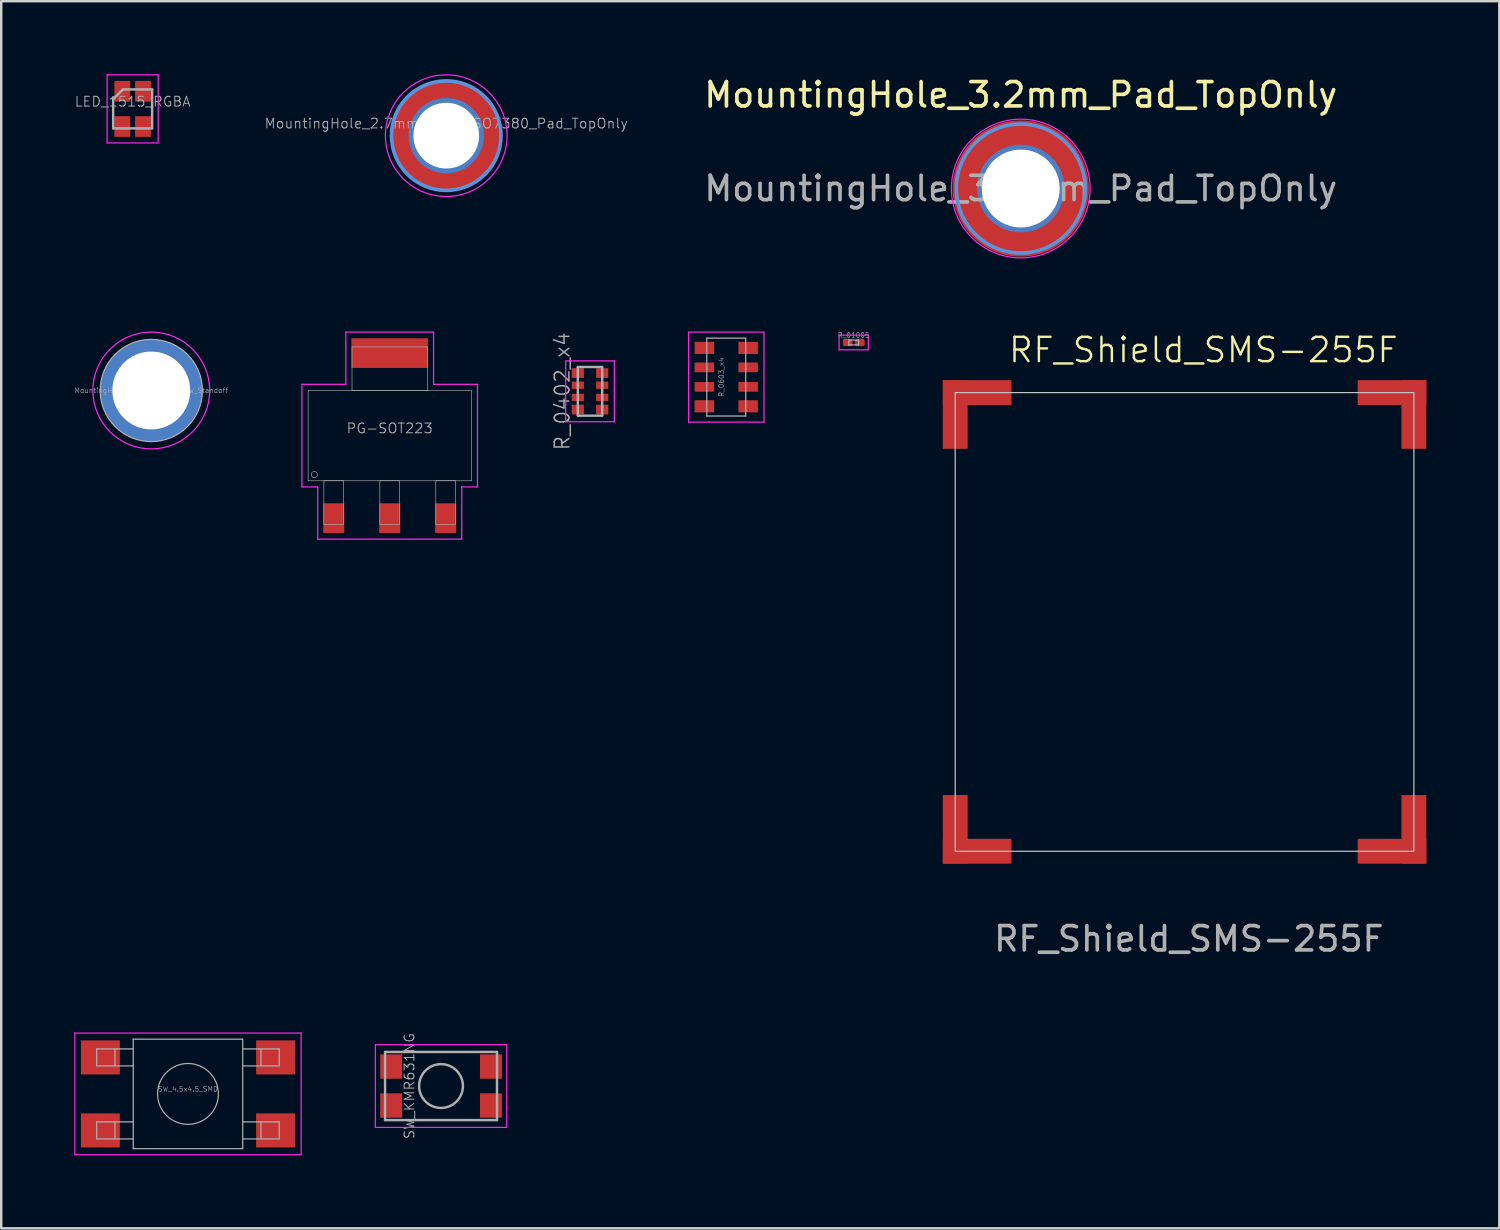
<source format=kicad_pcb>
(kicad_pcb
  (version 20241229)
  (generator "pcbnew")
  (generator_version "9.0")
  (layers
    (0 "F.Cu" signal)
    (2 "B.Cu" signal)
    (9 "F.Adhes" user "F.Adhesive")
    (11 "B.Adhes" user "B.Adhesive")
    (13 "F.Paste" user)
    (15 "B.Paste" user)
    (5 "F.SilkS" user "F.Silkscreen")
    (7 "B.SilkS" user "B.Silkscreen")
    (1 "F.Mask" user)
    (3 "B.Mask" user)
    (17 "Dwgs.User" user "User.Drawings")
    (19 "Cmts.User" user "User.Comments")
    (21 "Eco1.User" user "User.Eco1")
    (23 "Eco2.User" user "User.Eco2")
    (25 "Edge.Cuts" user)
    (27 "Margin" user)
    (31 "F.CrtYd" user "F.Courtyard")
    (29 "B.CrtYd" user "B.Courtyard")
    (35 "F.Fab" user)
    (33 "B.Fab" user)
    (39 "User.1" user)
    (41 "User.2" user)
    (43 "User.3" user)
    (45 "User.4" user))
  (footprint "MountingHole_M3_Minimal_Screw_Standoff"
    (layer "F.Cu")
    (at 3.167 12.998)
    (property "Reference" "MountingHole_M3_Minimal_Screw_Standoff" (at 0 0 0) (unlocked yes) (layer "F.Fab") (effects (font (size 0.2 0.2) (thickness 0.02))))
    (attr exclude_from_pos_files exclude_from_bom)
    (fp_circle (center 0 0) (end 2.4 0) (stroke (width 0.05) (type solid)) (fill no) (layer "F.CrtYd"))
    (fp_circle (center 0 0) (end 2.1 0) (stroke (width 0.05) (type solid)) (fill no) (layer "F.Fab"))
    (pad "1" thru_hole circle (at 0 0) (size 4.2 4.2) (drill 3.2) (layers "*.Cu" "*.Mask")))
  (footprint "R_0402_x4"
    (layer "F.Cu")
    (at 21.197 13.032)
    (property "Reference" "R_0402_x4" (at -1.143 0 90) (layer "F.Fab") (effects (font (size 0.6 0.6) (thickness 0.06))))
    (attr smd)
    (fp_line (start -1 -1.25) (end -1 1.25) (stroke (width 0.05) (type solid)) (layer "F.CrtYd"))
    (fp_line (start -1 -1.25) (end 1 -1.25) (stroke (width 0.05) (type solid)) (layer "F.CrtYd"))
    (fp_line (start 1 1.25) (end -1 1.25) (stroke (width 0.05) (type solid)) (layer "F.CrtYd"))
    (fp_line (start 1 1.25) (end 1 -1.25) (stroke (width 0.05) (type solid)) (layer "F.CrtYd"))
    (fp_line (start -0.5 -1) (end 0.5 -1) (stroke (width 0.1) (type solid)) (layer "F.Fab"))
    (fp_line (start -0.5 1) (end -0.5 -1) (stroke (width 0.1) (type solid)) (layer "F.Fab"))
    (fp_line (start 0.5 -1) (end 0.5 1) (stroke (width 0.1) (type solid)) (layer "F.Fab"))
    (fp_line (start 0.5 1) (end -0.5 1) (stroke (width 0.1) (type solid)) (layer "F.Fab"))
    (pad "1" smd rect (at -0.5 -0.75) (size 0.5 0.4) (layers "F.Cu" "F.Mask" "F.Paste"))
    (pad "2" smd rect (at -0.5 -0.25) (size 0.5 0.3) (layers "F.Cu" "F.Mask" "F.Paste"))
    (pad "3" smd rect (at -0.5 0.25) (size 0.5 0.3) (layers "F.Cu" "F.Mask" "F.Paste"))
    (pad "4" smd rect (at -0.5 0.75) (size 0.5 0.4) (layers "F.Cu" "F.Mask" "F.Paste"))
    (pad "5" smd rect (at 0.5 0.75) (size 0.5 0.4) (layers "F.Cu" "F.Mask" "F.Paste"))
    (pad "6" smd rect (at 0.5 0.25) (size 0.5 0.3) (layers "F.Cu" "F.Mask" "F.Paste"))
    (pad "7" smd rect (at 0.5 -0.25) (size 0.5 0.3) (layers "F.Cu" "F.Mask" "F.Paste"))
    (pad "8" smd rect (at 0.5 -0.75) (size 0.5 0.4) (layers "F.Cu" "F.Mask" "F.Paste")))
  (footprint "RF_Shield_SMS-255F"
    (layer "F.Cu")
    (at 36.207 31.934)
    (property "Reference" "RF_Shield_SMS-255F" (at 10.2 -20.6 0) (unlocked yes) (layer "F.SilkS") (effects (font (size 1 1) (thickness 0.1))))
    (attr through_hole)
    (fp_rect (start 0 -18.85) (end 18.85 0) (stroke (width 0.05) (type solid)) (fill no) (layer "Dwgs.User"))
    (fp_text user "${REFERENCE}" (at 9.6 3.6 0) (unlocked yes) (layer "F.Fab") (effects (font (size 1 1) (thickness 0.15))))
    (pad "1" smd rect (at 0 -17.95) (size 1.02 2.82) (layers "F.Cu" "F.Mask" "F.Paste"))
    (pad "1" smd rect (at 0 -0.9) (size 1.02 2.82) (layers "F.Cu" "F.Mask" "F.Paste"))
    (pad "1" smd rect (at 0.9 -18.85 270) (size 1.02 2.82) (layers "F.Cu" "F.Mask" "F.Paste"))
    (pad "1" smd rect (at 0.9 0 90) (size 1.02 2.82) (layers "F.Cu" "F.Mask" "F.Paste"))
    (pad "1" smd rect (at 17.95 -18.85 270) (size 1.02 2.82) (layers "F.Cu" "F.Mask" "F.Paste"))
    (pad "1" smd rect (at 17.95 0 90) (size 1.02 2.82) (layers "F.Cu" "F.Mask" "F.Paste"))
    (pad "1" smd rect (at 18.85 -17.95) (size 1.02 2.82) (layers "F.Cu" "F.Mask" "F.Paste"))
    (pad "1" smd rect (at 18.85 -0.9) (size 1.02 2.82) (layers "F.Cu" "F.Mask" "F.Paste")))
  (footprint "PG-SOT223"
    (layer "F.Cu")
    (at 12.966 14.853)
    (property "Reference" "PG-SOT223" (at 0 -0.3 0) (unlocked yes) (layer "F.Fab") (effects (font (size 0.4 0.4) (thickness 0.04))))
    (attr smd)
    (fp_line (start -3.607 -2.108) (end -1.803 -2.108) (stroke (width 0.05) (type solid)) (layer "F.CrtYd"))
    (fp_line (start -3.607 2.108) (end -3.607 -2.108) (stroke (width 0.05) (type solid)) (layer "F.CrtYd"))
    (fp_line (start -2.96 2.108) (end -3.607 2.108) (stroke (width 0.05) (type solid)) (layer "F.CrtYd"))
    (fp_line (start -2.96 4.255) (end -2.96 2.108) (stroke (width 0.05) (type solid)) (layer "F.CrtYd"))
    (fp_line (start -1.803 -4.255) (end 1.803 -4.255) (stroke (width 0.05) (type solid)) (layer "F.CrtYd"))
    (fp_line (start -1.803 -2.108) (end -1.803 -4.255) (stroke (width 0.05) (type solid)) (layer "F.CrtYd"))
    (fp_line (start 1.803 -4.255) (end 1.803 -2.108) (stroke (width 0.05) (type solid)) (layer "F.CrtYd"))
    (fp_line (start 1.803 -2.108) (end 3.607 -2.108) (stroke (width 0.05) (type solid)) (layer "F.CrtYd"))
    (fp_line (start 2.96 2.108) (end 2.96 4.255) (stroke (width 0.05) (type solid)) (layer "F.CrtYd"))
    (fp_line (start 2.96 4.255) (end -2.96 4.255) (stroke (width 0.05) (type solid)) (layer "F.CrtYd"))
    (fp_line (start 3.607 -2.108) (end 3.607 2.108) (stroke (width 0.05) (type solid)) (layer "F.CrtYd"))
    (fp_line (start 3.607 2.108) (end 2.96 2.108) (stroke (width 0.05) (type solid)) (layer "F.CrtYd"))
    (fp_line (start -3.353 -1.854) (end -3.353 1.854) (stroke (width 0.025) (type solid)) (layer "F.Fab"))
    (fp_line (start -3.353 1.854) (end 3.353 1.854) (stroke (width 0.025) (type solid)) (layer "F.Fab"))
    (fp_line (start -2.706 1.854) (end -2.706 3.645) (stroke (width 0.025) (type solid)) (layer "F.Fab"))
    (fp_line (start -2.706 3.645) (end -1.894 3.645) (stroke (width 0.025) (type solid)) (layer "F.Fab"))
    (fp_line (start -1.894 1.854) (end -2.706 1.854) (stroke (width 0.025) (type solid)) (layer "F.Fab"))
    (fp_line (start -1.894 3.645) (end -1.894 1.854) (stroke (width 0.025) (type solid)) (layer "F.Fab"))
    (fp_line (start -1.549 -3.645) (end -1.549 -1.854) (stroke (width 0.025) (type solid)) (layer "F.Fab"))
    (fp_line (start -1.549 -1.854) (end 1.549 -1.854) (stroke (width 0.025) (type solid)) (layer "F.Fab"))
    (fp_line (start -0.406 1.854) (end -0.406 3.645) (stroke (width 0.025) (type solid)) (layer "F.Fab"))
    (fp_line (start -0.406 3.645) (end 0.406 3.645) (stroke (width 0.025) (type solid)) (layer "F.Fab"))
    (fp_line (start 0.406 1.854) (end -0.406 1.854) (stroke (width 0.025) (type solid)) (layer "F.Fab"))
    (fp_line (start 0.406 3.645) (end 0.406 1.854) (stroke (width 0.025) (type solid)) (layer "F.Fab"))
    (fp_line (start 1.549 -3.645) (end -1.549 -3.645) (stroke (width 0.025) (type solid)) (layer "F.Fab"))
    (fp_line (start 1.549 -1.854) (end 1.549 -3.645) (stroke (width 0.025) (type solid)) (layer "F.Fab"))
    (fp_line (start 1.894 1.854) (end 1.894 3.645) (stroke (width 0.025) (type solid)) (layer "F.Fab"))
    (fp_line (start 1.894 3.645) (end 2.706 3.645) (stroke (width 0.025) (type solid)) (layer "F.Fab"))
    (fp_line (start 2.706 1.854) (end 1.894 1.854) (stroke (width 0.025) (type solid)) (layer "F.Fab"))
    (fp_line (start 2.706 3.645) (end 2.706 1.854) (stroke (width 0.025) (type solid)) (layer "F.Fab"))
    (fp_line (start 3.353 -1.854) (end -3.353 -1.854) (stroke (width 0.025) (type solid)) (layer "F.Fab"))
    (fp_line (start 3.353 1.854) (end 3.353 -1.854) (stroke (width 0.025) (type solid)) (layer "F.Fab"))
    (fp_circle (center -3.099 1.6) (end -2.972 1.6) (stroke (width 0.025) (type solid)) (fill no) (layer "F.Fab"))
    (pad "1" smd rect (at -2.3 3.391) (size 0.864 1.219) (layers "F.Cu" "F.Mask" "F.Paste"))
    (pad "2" smd rect (at 0 -3.391) (size 3.15 1.219) (layers "F.Cu" "F.Mask" "F.Paste"))
    (pad "2" smd rect (at 0 3.391) (size 0.864 1.219) (layers "F.Cu" "F.Mask" "F.Paste"))
    (pad "3" smd rect (at 2.3 3.391) (size 0.864 1.219) (layers "F.Cu" "F.Mask" "F.Paste")))
  (footprint "R_01005"
    (layer "F.Cu")
    (at 32.035 11.025)
    (property "Reference" "R_01005" (at 0 -0.3 0) (layer "F.Fab") (effects (font (size 0.2 0.2) (thickness 0.02))))
    (attr smd)
    (fp_line (start -0.6 -0.3) (end 0.6 -0.3) (stroke (width 0.05) (type solid)) (layer "F.CrtYd"))
    (fp_line (start -0.6 0.3) (end -0.6 -0.3) (stroke (width 0.05) (type solid)) (layer "F.CrtYd"))
    (fp_line (start 0.6 -0.3) (end 0.6 0.3) (stroke (width 0.05) (type solid)) (layer "F.CrtYd"))
    (fp_line (start 0.6 0.3) (end -0.6 0.3) (stroke (width 0.05) (type solid)) (layer "F.CrtYd"))
    (fp_line (start -0.2 -0.1) (end 0.2 -0.1) (stroke (width 0.05) (type solid)) (layer "F.Fab"))
    (fp_line (start -0.2 0.1) (end -0.2 -0.1) (stroke (width 0.05) (type solid)) (layer "F.Fab"))
    (fp_line (start 0.2 -0.1) (end 0.2 0.1) (stroke (width 0.05) (type solid)) (layer "F.Fab"))
    (fp_line (start 0.2 0.1) (end -0.2 0.1) (stroke (width 0.05) (type solid)) (layer "F.Fab"))
    (pad "" smd roundrect (at -0.275 0) (size 0.27 0.27) (layers "F.Paste") (roundrect_rratio 0.25))
    (pad "" smd roundrect (at 0.275 0) (size 0.27 0.27) (layers "F.Paste") (roundrect_rratio 0.25))
    (pad "1" smd roundrect (at -0.25 0) (size 0.4 0.3) (layers "F.Cu" "F.Mask") (roundrect_rratio 0.25))
    (pad "2" smd roundrect (at 0.25 0) (size 0.4 0.3) (layers "F.Cu" "F.Mask") (roundrect_rratio 0.25)))
  (footprint "LED_1515_RGBA"
    (layer "F.Cu")
    (at 2.401 1.425)
    (property "Reference" "LED_1515_RGBA" (at 0 -0.3 0) (layer "F.Fab") (effects (font (size 0.4 0.4) (thickness 0.04))))
    (attr smd)
    (fp_line (start -1.05 -1.4) (end 1.05 -1.4) (stroke (width 0.05) (type solid)) (layer "F.CrtYd"))
    (fp_line (start -1.05 1.4) (end -1.05 -1.4) (stroke (width 0.05) (type solid)) (layer "F.CrtYd"))
    (fp_line (start 1.05 -1.4) (end 1.05 1.4) (stroke (width 0.05) (type solid)) (layer "F.CrtYd"))
    (fp_line (start 1.05 1.4) (end -1.05 1.4) (stroke (width 0.05) (type solid)) (layer "F.CrtYd"))
    (fp_line (start -0.8 -0.4) (end -0.8 0.8) (stroke (width 0.1) (type solid)) (layer "F.Fab"))
    (fp_line (start -0.8 0.8) (end 0.8 0.8) (stroke (width 0.1) (type solid)) (layer "F.Fab"))
    (fp_line (start -0.4 -0.8) (end -0.8 -0.4) (stroke (width 0.1) (type solid)) (layer "F.Fab"))
    (fp_line (start 0.8 -0.8) (end -0.4 -0.8) (stroke (width 0.1) (type solid)) (layer "F.Fab"))
    (fp_line (start 0.8 0.8) (end 0.8 -0.8) (stroke (width 0.1) (type solid)) (layer "F.Fab"))
    (pad "1" smd rect (at -0.425 -0.725) (size 0.65 0.85) (layers "F.Cu" "F.Mask" "F.Paste"))
    (pad "2" smd rect (at 0.425 -0.725) (size 0.65 0.85) (layers "F.Cu" "F.Mask" "F.Paste"))
    (pad "3" smd rect (at 0.425 0.725) (size 0.65 0.85) (layers "F.Cu" "F.Mask" "F.Paste"))
    (pad "4" smd rect (at -0.425 0.725) (size 0.65 0.85) (layers "F.Cu" "F.Mask" "F.Paste")))
  (footprint "R_0603_x4"
    (layer "F.Cu")
    (at 26.797 12.448)
    (property "Reference" "R_0603_x4" (at -0.2 0 90) (unlocked yes) (layer "F.Fab") (effects (font (size 0.2 0.2) (thickness 0.02))))
    (attr smd)
    (fp_line (start -1.55 -1.85) (end -1.55 1.85) (stroke (width 0.05) (type solid)) (layer "F.CrtYd"))
    (fp_line (start -1.55 -1.85) (end 1.55 -1.85) (stroke (width 0.05) (type solid)) (layer "F.CrtYd"))
    (fp_line (start 1.55 1.85) (end -1.55 1.85) (stroke (width 0.05) (type solid)) (layer "F.CrtYd"))
    (fp_line (start 1.55 1.85) (end 1.55 -1.85) (stroke (width 0.05) (type solid)) (layer "F.CrtYd"))
    (fp_line (start -0.8 -1.6) (end 0.8 -1.6) (stroke (width 0.05) (type solid)) (layer "F.Fab"))
    (fp_line (start -0.8 1.6) (end -0.8 -1.6) (stroke (width 0.05) (type solid)) (layer "F.Fab"))
    (fp_line (start 0.8 -1.6) (end 0.8 1.6) (stroke (width 0.05) (type solid)) (layer "F.Fab"))
    (fp_line (start 0.8 1.6) (end -0.8 1.6) (stroke (width 0.05) (type solid)) (layer "F.Fab"))
    (pad "1" smd rect (at -0.9 -1.2) (size 0.8 0.5) (layers "F.Cu" "F.Mask" "F.Paste"))
    (pad "2" smd rect (at -0.9 -0.4) (size 0.8 0.4) (layers "F.Cu" "F.Mask" "F.Paste"))
    (pad "3" smd rect (at -0.9 0.4) (size 0.8 0.4) (layers "F.Cu" "F.Mask" "F.Paste"))
    (pad "4" smd rect (at -0.9 1.2) (size 0.8 0.5) (layers "F.Cu" "F.Mask" "F.Paste"))
    (pad "5" smd rect (at 0.9 1.2) (size 0.8 0.5) (layers "F.Cu" "F.Mask" "F.Paste"))
    (pad "6" smd rect (at 0.9 0.4) (size 0.8 0.4) (layers "F.Cu" "F.Mask" "F.Paste"))
    (pad "7" smd rect (at 0.9 -0.4) (size 0.8 0.4) (layers "F.Cu" "F.Mask" "F.Paste"))
    (pad "8" smd rect (at 0.9 -1.2) (size 0.8 0.5) (layers "F.Cu" "F.Mask" "F.Paste")))
  (footprint "MountingHole_3.2mm_Pad_TopOnly"
    (layer "F.Cu")
    (at 38.9 4.698)
    (property "Reference" "MountingHole_3.2mm_Pad_TopOnly" (at 0 -3.85 0) (layer "F.SilkS") (effects (font (size 1 1) (thickness 0.15))))
    (attr exclude_from_pos_files exclude_from_bom)
    (fp_circle (center 0 0) (end 2.65 0) (stroke (width 0.15) (type solid)) (fill no) (layer "Cmts.User"))
    (fp_circle (center 0 0) (end 2.85 0) (stroke (width 0.05) (type solid)) (fill no) (layer "F.CrtYd"))
    (fp_text user "${REFERENCE}" (at 0 0 0) (layer "F.Fab") (effects (font (size 1 1) (thickness 0.15))))
    (pad "1" thru_hole circle (at 0 0) (size 3.6 3.6) (drill 3.2) (layers "*.Cu" "*.Mask"))
    (pad "1" connect circle (at 0 0) (size 5.6 5.6) (layers "F.Cu" "F.Mask")))
  (footprint "MountingHole_2.7mm_M2.5_ISO7380_Pad_TopOnly"
    (layer "F.Cu")
    (at 15.289 2.525)
    (property "Reference" "MountingHole_2.7mm_M2.5_ISO7380_Pad_TopOnly" (at 0 -0.5 180) (layer "F.Fab") (effects (font (size 0.4 0.4) (thickness 0.04))))
    (attr through_hole board_only exclude_from_pos_files exclude_from_bom)
    (fp_circle (center 0 0) (end 2.25 0) (stroke (width 0.15) (type solid)) (fill no) (layer "Cmts.User"))
    (fp_circle (center 0 0) (end 2.5 0) (stroke (width 0.05) (type solid)) (fill no) (layer "F.CrtYd"))
    (pad "1" thru_hole circle (at 0 0) (size 3.1 3.1) (drill 2.7) (layers "*.Cu" "*.Mask"))
    (pad "1" connect circle (at 0 0) (size 4.5 4.5) (layers "F.Cu" "F.Mask")))
  (footprint "SW_KMR631NG"
    (layer "F.Cu")
    (at 15.075 41.583)
    (property "Reference" "SW_KMR631NG" (at -1.3 0 270) (layer "F.Fab") (effects (font (size 0.4 0.4) (thickness 0.04))))
    (attr smd)
    (fp_rect (start -2.7 -1.7) (end 2.7 1.7) (stroke (width 0.05) (type default)) (fill no) (layer "F.CrtYd"))
    (fp_line (start -2.3 -1.4) (end 2.3 -1.4) (stroke (width 0.1) (type solid)) (layer "F.Fab"))
    (fp_line (start -2.3 1.4) (end -2.3 -1.4) (stroke (width 0.1) (type solid)) (layer "F.Fab"))
    (fp_line (start -2.3 1.4) (end 2.3 1.4) (stroke (width 0.1) (type solid)) (layer "F.Fab"))
    (fp_line (start 2.3 -1.4) (end 2.3 1.4) (stroke (width 0.1) (type solid)) (layer "F.Fab"))
    (fp_circle (center 0 0) (end 0.9 0) (stroke (width 0.1) (type solid)) (fill no) (layer "F.Fab"))
    (pad "1" smd rect (at -2.05 -0.8) (size 0.9 1) (layers "F.Cu" "F.Mask" "F.Paste"))
    (pad "1" smd rect (at 2.05 -0.8) (size 0.9 1) (layers "F.Cu" "F.Mask" "F.Paste"))
    (pad "2" smd rect (at -2.05 0.8) (size 0.9 1) (layers "F.Cu" "F.Mask" "F.Paste"))
    (pad "2" smd rect (at 2.05 0.8) (size 0.9 1) (layers "F.Cu" "F.Mask" "F.Paste")))
  (footprint "SW_4.5x4.5_SMD"
    (layer "F.Cu")
    (at 4.675 41.907)
    (property "Reference" "SW_4.5x4.5_SMD" (at 0 -0.2 0) (unlocked yes) (layer "F.Fab") (effects (font (size 0.2 0.2) (thickness 0.02))))
    (attr smd exclude_from_bom dnp)
    (fp_line (start -4.65 -2.5) (end 4.65 -2.5) (stroke (width 0.05) (type solid)) (layer "F.CrtYd"))
    (fp_line (start -4.65 2.5) (end -4.65 -2.5) (stroke (width 0.05) (type solid)) (layer "F.CrtYd"))
    (fp_line (start 4.65 -2.5) (end 4.65 2.5) (stroke (width 0.05) (type solid)) (layer "F.CrtYd"))
    (fp_line (start 4.65 2.5) (end -4.65 2.5) (stroke (width 0.05) (type solid)) (layer "F.CrtYd"))
    (fp_line (start -3.75 -1.85) (end -3.75 -1.15) (stroke (width 0.05) (type solid)) (layer "F.Fab"))
    (fp_line (start -3.75 -1.15) (end -2.25 -1.15) (stroke (width 0.05) (type solid)) (layer "F.Fab"))
    (fp_line (start -3.75 1.15) (end -3.75 1.85) (stroke (width 0.05) (type solid)) (layer "F.Fab"))
    (fp_line (start -3.75 1.85) (end -2.25 1.85) (stroke (width 0.05) (type solid)) (layer "F.Fab"))
    (fp_line (start -3 -1.85) (end -3 -1.15) (stroke (width 0.05) (type solid)) (layer "F.Fab"))
    (fp_line (start -3 1.15) (end -3 1.85) (stroke (width 0.05) (type solid)) (layer "F.Fab"))
    (fp_line (start -2.25 -2.25) (end 2.25 -2.25) (stroke (width 0.05) (type solid)) (layer "F.Fab"))
    (fp_line (start -2.25 -1.85) (end -3.75 -1.85) (stroke (width 0.05) (type solid)) (layer "F.Fab"))
    (fp_line (start -2.25 1.15) (end -3.75 1.15) (stroke (width 0.05) (type solid)) (layer "F.Fab"))
    (fp_line (start -2.25 2.25) (end -2.25 -2.25) (stroke (width 0.05) (type solid)) (layer "F.Fab"))
    (fp_line (start 2.25 -2.25) (end 2.25 2.25) (stroke (width 0.05) (type solid)) (layer "F.Fab"))
    (fp_line (start 2.25 -1.15) (end 3.75 -1.15) (stroke (width 0.05) (type solid)) (layer "F.Fab"))
    (fp_line (start 2.25 1.15) (end 3.75 1.15) (stroke (width 0.05) (type solid)) (layer "F.Fab"))
    (fp_line (start 2.25 2.25) (end -2.25 2.25) (stroke (width 0.05) (type solid)) (layer "F.Fab"))
    (fp_line (start 3 -1.85) (end 3 -1.15) (stroke (width 0.05) (type solid)) (layer "F.Fab"))
    (fp_line (start 3 1.15) (end 3 1.85) (stroke (width 0.05) (type solid)) (layer "F.Fab"))
    (fp_line (start 3.75 -1.85) (end 2.25 -1.85) (stroke (width 0.05) (type solid)) (layer "F.Fab"))
    (fp_line (start 3.75 -1.15) (end 3.75 -1.85) (stroke (width 0.05) (type solid)) (layer "F.Fab"))
    (fp_line (start 3.75 1.15) (end 3.75 1.85) (stroke (width 0.05) (type solid)) (layer "F.Fab"))
    (fp_line (start 3.75 1.85) (end 2.25 1.85) (stroke (width 0.05) (type solid)) (layer "F.Fab"))
    (fp_circle (center 0 0) (end 1.25 0) (stroke (width 0.05) (type solid)) (fill no) (layer "F.Fab"))
    (pad "1" smd rect (at -3.6 -1.5) (size 1.6 1.4) (layers "F.Cu" "F.Mask" "F.Paste"))
    (pad "1" smd rect (at 3.6 -1.5) (size 1.6 1.4) (layers "F.Cu" "F.Mask" "F.Paste"))
    (pad "2" smd rect (at -3.6 1.5) (size 1.6 1.4) (layers "F.Cu" "F.Mask" "F.Paste"))
    (pad "2" smd rect (at 3.6 1.5) (size 1.6 1.4) (layers "F.Cu" "F.Mask" "F.Paste")))
  (gr_rect
    (start -3 -3)
    (end 58.567 47.432)
    (stroke (width 0.1) (type default))
    (fill no)
    (layer "Edge.Cuts")))
</source>
